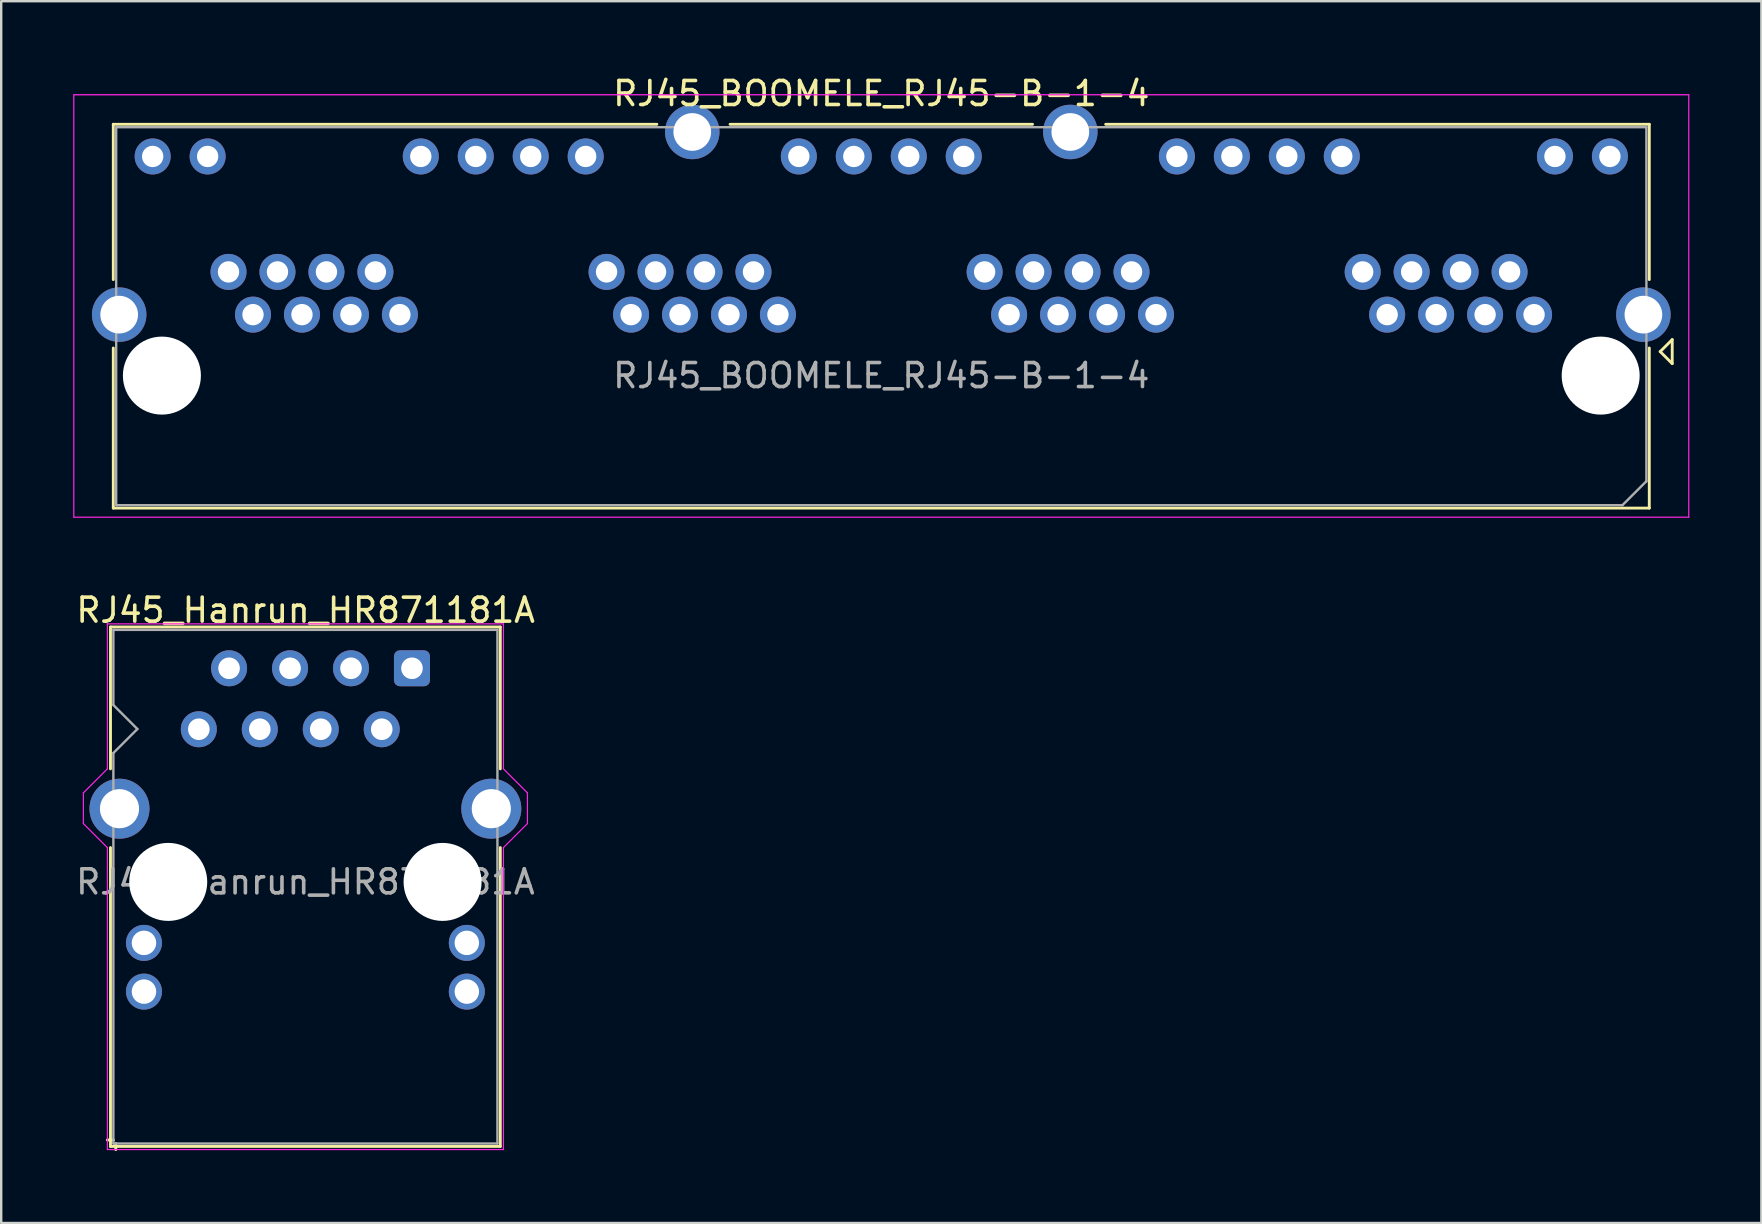
<source format=kicad_pcb>
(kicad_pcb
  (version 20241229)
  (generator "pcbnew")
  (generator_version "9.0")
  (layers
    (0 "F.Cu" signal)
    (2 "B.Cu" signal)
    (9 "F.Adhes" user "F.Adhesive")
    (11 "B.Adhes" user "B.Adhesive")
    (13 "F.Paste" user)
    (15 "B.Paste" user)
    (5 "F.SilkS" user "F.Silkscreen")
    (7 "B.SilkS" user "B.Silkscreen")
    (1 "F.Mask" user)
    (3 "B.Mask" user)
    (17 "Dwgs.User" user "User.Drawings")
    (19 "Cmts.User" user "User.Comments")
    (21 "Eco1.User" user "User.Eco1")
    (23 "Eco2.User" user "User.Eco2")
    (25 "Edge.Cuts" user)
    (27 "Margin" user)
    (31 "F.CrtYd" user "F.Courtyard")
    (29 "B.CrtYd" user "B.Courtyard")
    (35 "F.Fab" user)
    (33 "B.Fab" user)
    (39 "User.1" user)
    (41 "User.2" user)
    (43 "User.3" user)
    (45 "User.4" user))
  (footprint "RJ45_BOOMELE_RJ45-B-1-4"
    (layer "F.Cu")
    (at 33.665 12.598)
    (property "Reference" "RJ45_BOOMELE_RJ45-B-1-4" (at 0 -11.75 0) (layer "F.SilkS") (effects (font (size 1 1) (thickness 0.15))))
    (attr through_hole)
    (fp_line (start -31.995 -10.47) (end -31.995 -4) (stroke (width 0.12) (type solid)) (layer "F.SilkS"))
    (fp_line (start -31.995 -10.47) (end -9.35 -10.47) (stroke (width 0.12) (type solid)) (layer "F.SilkS"))
    (fp_line (start -31.995 -1.15) (end -31.995 5.52) (stroke (width 0.12) (type solid)) (layer "F.SilkS"))
    (fp_line (start -6.3 -10.47) (end 6.3 -10.47) (stroke (width 0.12) (type solid)) (layer "F.SilkS"))
    (fp_line (start 9.35 -10.47) (end 31.995 -10.47) (stroke (width 0.12) (type solid)) (layer "F.SilkS"))
    (fp_line (start 31.995 -10.47) (end 31.995 -4) (stroke (width 0.12) (type solid)) (layer "F.SilkS"))
    (fp_line (start 31.995 -1.15) (end 31.995 5.52) (stroke (width 0.12) (type solid)) (layer "F.SilkS"))
    (fp_line (start 31.995 5.52) (end -31.995 5.52) (stroke (width 0.12) (type solid)) (layer "F.SilkS"))
    (fp_line (start 32.45 -1) (end 32.95 -1.5) (stroke (width 0.12) (type solid)) (layer "F.SilkS"))
    (fp_line (start 32.95 -1.5) (end 32.95 -0.5) (stroke (width 0.12) (type solid)) (layer "F.SilkS"))
    (fp_line (start 32.95 -0.5) (end 32.45 -1) (stroke (width 0.12) (type solid)) (layer "F.SilkS"))
    (fp_line (start -33.64 -11.7) (end -33.64 5.9) (stroke (width 0.05) (type solid)) (layer "F.CrtYd"))
    (fp_line (start -33.64 -11.7) (end 33.64 -11.7) (stroke (width 0.05) (type solid)) (layer "F.CrtYd"))
    (fp_line (start 33.64 -11.7) (end 33.64 5.9) (stroke (width 0.05) (type solid)) (layer "F.CrtYd"))
    (fp_line (start 33.64 5.9) (end -33.64 5.9) (stroke (width 0.05) (type solid)) (layer "F.CrtYd"))
    (fp_line (start -31.875 -10.35) (end -31.875 5.4) (stroke (width 0.1) (type solid)) (layer "F.Fab"))
    (fp_line (start -31.875 -10.35) (end 31.875 -10.35) (stroke (width 0.1) (type solid)) (layer "F.Fab"))
    (fp_line (start -31.875 5.4) (end 30.875 5.4) (stroke (width 0.1) (type solid)) (layer "F.Fab"))
    (fp_line (start 30.875 5.4) (end 31.875 4.4) (stroke (width 0.1) (type solid)) (layer "F.Fab"))
    (fp_line (start 31.875 -10.35) (end 31.875 4.4) (stroke (width 0.1) (type solid)) (layer "F.Fab"))
    (fp_text user "${REFERENCE}" (at 0 0 180) (layer "F.Fab") (effects (font (size 1 1) (thickness 0.15))))
    (pad "" np_thru_hole circle (at -29.97 0) (size 3.25 3.25) (drill 3.25) (layers "*.Cu" "*.Mask"))
    (pad "" np_thru_hole circle (at 29.97 0) (size 3.25 3.25) (drill 3.25) (layers "*.Cu" "*.Mask"))
    (pad "1" thru_hole circle (at 27.195 -2.54) (size 1.5 1.5) (drill 0.89) (layers "*.Cu" "*.Mask"))
    (pad "2" thru_hole circle (at 26.175 -4.32) (size 1.5 1.5) (drill 0.89) (layers "*.Cu" "*.Mask"))
    (pad "3" thru_hole circle (at 25.155 -2.54) (size 1.5 1.5) (drill 0.89) (layers "*.Cu" "*.Mask"))
    (pad "4" thru_hole circle (at 24.135 -4.32) (size 1.5 1.5) (drill 0.89) (layers "*.Cu" "*.Mask"))
    (pad "5" thru_hole circle (at 23.115 -2.54) (size 1.5 1.5) (drill 0.89) (layers "*.Cu" "*.Mask"))
    (pad "6" thru_hole circle (at 22.095 -4.32) (size 1.5 1.5) (drill 0.89) (layers "*.Cu" "*.Mask"))
    (pad "7" thru_hole circle (at 21.075 -2.54) (size 1.5 1.5) (drill 0.89) (layers "*.Cu" "*.Mask"))
    (pad "8" thru_hole circle (at 20.055 -4.32) (size 1.5 1.5) (drill 0.89) (layers "*.Cu" "*.Mask"))
    (pad "9" thru_hole circle (at 30.355 -9.13) (size 1.5 1.5) (drill 0.89) (layers "*.Cu" "*.Mask"))
    (pad "10" thru_hole circle (at 28.065 -9.13) (size 1.5 1.5) (drill 0.89) (layers "*.Cu" "*.Mask"))
    (pad "11" thru_hole circle (at 19.185 -9.13) (size 1.5 1.5) (drill 0.89) (layers "*.Cu" "*.Mask"))
    (pad "12" thru_hole circle (at 16.895 -9.13) (size 1.5 1.5) (drill 0.89) (layers "*.Cu" "*.Mask"))
    (pad "13" thru_hole circle (at 11.445 -2.54) (size 1.5 1.5) (drill 0.89) (layers "*.Cu" "*.Mask"))
    (pad "14" thru_hole circle (at 10.425 -4.32) (size 1.5 1.5) (drill 0.89) (layers "*.Cu" "*.Mask"))
    (pad "15" thru_hole circle (at 9.405 -2.54) (size 1.5 1.5) (drill 0.89) (layers "*.Cu" "*.Mask"))
    (pad "16" thru_hole circle (at 8.385 -4.32) (size 1.5 1.5) (drill 0.89) (layers "*.Cu" "*.Mask"))
    (pad "17" thru_hole circle (at 7.365 -2.54) (size 1.5 1.5) (drill 0.89) (layers "*.Cu" "*.Mask"))
    (pad "18" thru_hole circle (at 6.345 -4.32) (size 1.5 1.5) (drill 0.89) (layers "*.Cu" "*.Mask"))
    (pad "19" thru_hole circle (at 5.325 -2.54) (size 1.5 1.5) (drill 0.89) (layers "*.Cu" "*.Mask"))
    (pad "20" thru_hole circle (at 4.305 -4.32) (size 1.5 1.5) (drill 0.89) (layers "*.Cu" "*.Mask"))
    (pad "21" thru_hole circle (at 14.605 -9.13) (size 1.5 1.5) (drill 0.89) (layers "*.Cu" "*.Mask"))
    (pad "22" thru_hole circle (at 12.315 -9.13) (size 1.5 1.5) (drill 0.89) (layers "*.Cu" "*.Mask"))
    (pad "23" thru_hole circle (at 3.435 -9.13) (size 1.5 1.5) (drill 0.89) (layers "*.Cu" "*.Mask"))
    (pad "24" thru_hole circle (at 1.145 -9.13) (size 1.5 1.5) (drill 0.89) (layers "*.Cu" "*.Mask"))
    (pad "25" thru_hole circle (at -4.305 -2.54) (size 1.5 1.5) (drill 0.89) (layers "*.Cu" "*.Mask"))
    (pad "26" thru_hole circle (at -5.325 -4.32) (size 1.5 1.5) (drill 0.89) (layers "*.Cu" "*.Mask"))
    (pad "27" thru_hole circle (at -6.345 -2.54) (size 1.5 1.5) (drill 0.89) (layers "*.Cu" "*.Mask"))
    (pad "28" thru_hole circle (at -7.365 -4.32) (size 1.5 1.5) (drill 0.89) (layers "*.Cu" "*.Mask"))
    (pad "29" thru_hole circle (at -8.385 -2.54) (size 1.5 1.5) (drill 0.89) (layers "*.Cu" "*.Mask"))
    (pad "30" thru_hole circle (at -9.405 -4.32) (size 1.5 1.5) (drill 0.89) (layers "*.Cu" "*.Mask"))
    (pad "31" thru_hole circle (at -10.425 -2.54) (size 1.5 1.5) (drill 0.89) (layers "*.Cu" "*.Mask"))
    (pad "32" thru_hole circle (at -11.445 -4.32 90) (size 1.5 1.5) (drill 0.89) (layers "*.Cu" "*.Mask"))
    (pad "33" thru_hole circle (at -1.145 -9.13) (size 1.5 1.5) (drill 0.89) (layers "*.Cu" "*.Mask"))
    (pad "34" thru_hole circle (at -3.435 -9.13) (size 1.5 1.5) (drill 0.89) (layers "*.Cu" "*.Mask"))
    (pad "35" thru_hole circle (at -12.315 -9.13) (size 1.5 1.5) (drill 0.89) (layers "*.Cu" "*.Mask"))
    (pad "36" thru_hole circle (at -14.605 -9.13) (size 1.5 1.5) (drill 0.89) (layers "*.Cu" "*.Mask"))
    (pad "37" thru_hole circle (at -20.055 -2.54) (size 1.5 1.5) (drill 0.89) (layers "*.Cu" "*.Mask"))
    (pad "38" thru_hole circle (at -21.075 -4.32) (size 1.5 1.5) (drill 0.89) (layers "*.Cu" "*.Mask"))
    (pad "39" thru_hole circle (at -22.095 -2.54) (size 1.5 1.5) (drill 0.89) (layers "*.Cu" "*.Mask"))
    (pad "40" thru_hole circle (at -23.115 -4.32) (size 1.5 1.5) (drill 0.89) (layers "*.Cu" "*.Mask"))
    (pad "41" thru_hole circle (at -24.135 -2.54) (size 1.5 1.5) (drill 0.89) (layers "*.Cu" "*.Mask"))
    (pad "42" thru_hole circle (at -25.155 -4.32) (size 1.5 1.5) (drill 0.89) (layers "*.Cu" "*.Mask"))
    (pad "43" thru_hole circle (at -26.175 -2.54) (size 1.5 1.5) (drill 0.89) (layers "*.Cu" "*.Mask"))
    (pad "44" thru_hole circle (at -27.195 -4.32) (size 1.5 1.5) (drill 0.89) (layers "*.Cu" "*.Mask"))
    (pad "45" thru_hole circle (at -16.895 -9.13) (size 1.5 1.5) (drill 0.89) (layers "*.Cu" "*.Mask"))
    (pad "46" thru_hole circle (at -19.185 -9.13) (size 1.5 1.5) (drill 0.89) (layers "*.Cu" "*.Mask"))
    (pad "47" thru_hole circle (at -28.065 -9.13) (size 1.5 1.5) (drill 0.89) (layers "*.Cu" "*.Mask"))
    (pad "48" thru_hole circle (at -30.355 -9.13) (size 1.5 1.5) (drill 0.89) (layers "*.Cu" "*.Mask"))
    (pad "SH" thru_hole circle (at -31.75 -2.54) (size 2.27 2.27) (drill 1.57) (layers "*.Cu" "*.Mask"))
    (pad "SH" thru_hole circle (at -7.875 -10.15) (size 2.27 2.27) (drill 1.57) (layers "*.Cu" "*.Mask"))
    (pad "SH" thru_hole circle (at 7.875 -10.15) (size 2.27 2.27) (drill 1.57) (layers "*.Cu" "*.Mask"))
    (pad "SH" thru_hole circle (at 31.75 -2.54) (size 2.27 2.27) (drill 1.57) (layers "*.Cu" "*.Mask")))
  (footprint "RJ45_Hanrun_HR871181A"
    (layer "F.Cu")
    (at 5.233 27.331)
    (property "Reference" "RJ45_Hanrun_HR871181A" (at 4.45 -4.96 0) (layer "F.SilkS") (effects (font (size 1 1) (thickness 0.15))))
    (attr through_hole)
    (fp_line (start -3.68 -4.26) (end -3.68 1.65) (stroke (width 0.12) (type solid)) (layer "F.SilkS"))
    (fp_line (start -3.68 -4.26) (end 12.56 -4.26) (stroke (width 0.12) (type solid)) (layer "F.SilkS"))
    (fp_line (start -3.68 4.93) (end -3.68 17.38) (stroke (width 0.12) (type solid)) (layer "F.SilkS"))
    (fp_line (start -3.56 17.11) (end -3.81 17.11) (stroke (width 0.12) (type solid)) (layer "F.SilkS"))
    (fp_line (start -3.46 17.26) (end -3.46 17.51) (stroke (width 0.12) (type solid)) (layer "F.SilkS"))
    (fp_line (start 12.56 -4.26) (end 12.56 1.65) (stroke (width 0.12) (type solid)) (layer "F.SilkS"))
    (fp_line (start 12.56 4.93) (end 12.56 17.38) (stroke (width 0.12) (type solid)) (layer "F.SilkS"))
    (fp_line (start 12.56 17.38) (end -3.68 17.38) (stroke (width 0.12) (type solid)) (layer "F.SilkS"))
    (fp_line (start -4.81 3.93) (end -4.81 2.65) (stroke (width 0.05) (type solid)) (layer "F.CrtYd"))
    (fp_line (start -4.81 3.93) (end -3.81 4.93) (stroke (width 0.05) (type solid)) (layer "F.CrtYd"))
    (fp_line (start -3.81 -4.39) (end 12.69 -4.39) (stroke (width 0.05) (type solid)) (layer "F.CrtYd"))
    (fp_line (start -3.81 1.65) (end -4.81 2.65) (stroke (width 0.05) (type solid)) (layer "F.CrtYd"))
    (fp_line (start -3.81 1.65) (end -3.81 -4.4) (stroke (width 0.05) (type solid)) (layer "F.CrtYd"))
    (fp_line (start -3.81 4.93) (end -3.81 17.51) (stroke (width 0.05) (type solid)) (layer "F.CrtYd"))
    (fp_line (start -3.81 17.51) (end 12.69 17.51) (stroke (width 0.05) (type solid)) (layer "F.CrtYd"))
    (fp_line (start 12.69 1.65) (end 12.69 -4.39) (stroke (width 0.05) (type solid)) (layer "F.CrtYd"))
    (fp_line (start 12.69 1.65) (end 13.69 2.65) (stroke (width 0.05) (type solid)) (layer "F.CrtYd"))
    (fp_line (start 12.69 4.93) (end 12.69 17.51) (stroke (width 0.05) (type solid)) (layer "F.CrtYd"))
    (fp_line (start 13.69 3.93) (end 12.69 4.93) (stroke (width 0.05) (type solid)) (layer "F.CrtYd"))
    (fp_line (start 13.69 3.93) (end 13.69 2.65) (stroke (width 0.05) (type solid)) (layer "F.CrtYd"))
    (fp_line (start -3.56 -4.14) (end -3.56 -1.01) (stroke (width 0.1) (type solid)) (layer "F.Fab"))
    (fp_line (start -3.56 -4.14) (end 12.44 -4.14) (stroke (width 0.1) (type solid)) (layer "F.Fab"))
    (fp_line (start -3.56 0.99) (end -3.56 17.26) (stroke (width 0.1) (type solid)) (layer "F.Fab"))
    (fp_line (start -3.56 17.26) (end 12.44 17.26) (stroke (width 0.1) (type solid)) (layer "F.Fab"))
    (fp_line (start -2.56 -0.01) (end -3.56 -1.01) (stroke (width 0.1) (type solid)) (layer "F.Fab"))
    (fp_line (start -2.56 -0.01) (end -3.56 0.99) (stroke (width 0.1) (type solid)) (layer "F.Fab"))
    (fp_line (start 12.44 -4.14) (end 12.44 17.26) (stroke (width 0.1) (type solid)) (layer "F.Fab"))
    (fp_text user "${REFERENCE}" (at 4.44 6.36 0) (layer "F.Fab") (effects (font (size 1 1) (thickness 0.15))))
    (pad "" np_thru_hole circle (at -1.275 6.36) (size 3.25 3.25) (drill 3.25) (layers "*.Cu" "*.Mask"))
    (pad "" np_thru_hole circle (at 10.155 6.36) (size 3.25 3.25) (drill 3.25) (layers "*.Cu" "*.Mask"))
    (pad "1" thru_hole roundrect (at 8.88 -2.54) (size 1.5 1.5) (drill 0.9) (layers "*.Cu" "*.Mask") (roundrect_rratio 0.167))
    (pad "2" thru_hole circle (at 7.62 0) (size 1.5 1.5) (drill 0.9) (layers "*.Cu" "*.Mask"))
    (pad "3" thru_hole circle (at 6.34 -2.54 90) (size 1.5 1.5) (drill 0.9) (layers "*.Cu" "*.Mask"))
    (pad "4" thru_hole circle (at 5.08 0) (size 1.5 1.5) (drill 0.9) (layers "*.Cu" "*.Mask"))
    (pad "5" thru_hole circle (at 3.8 -2.54) (size 1.5 1.5) (drill 0.9) (layers "*.Cu" "*.Mask"))
    (pad "6" thru_hole circle (at 2.54 0) (size 1.5 1.5) (drill 0.9) (layers "*.Cu" "*.Mask"))
    (pad "7" thru_hole circle (at 1.26 -2.54) (size 1.5 1.5) (drill 0.9) (layers "*.Cu" "*.Mask"))
    (pad "8" thru_hole circle (at 0 0) (size 1.5 1.5) (drill 0.9) (layers "*.Cu" "*.Mask"))
    (pad "9" thru_hole circle (at -2.285 8.9) (size 1.5 1.5) (drill 1.02) (layers "*.Cu" "*.Mask"))
    (pad "10" thru_hole circle (at -2.285 10.93) (size 1.5 1.5) (drill 1.02) (layers "*.Cu" "*.Mask"))
    (pad "11" thru_hole circle (at 11.165 8.9) (size 1.5 1.5) (drill 1.02) (layers "*.Cu" "*.Mask"))
    (pad "12" thru_hole circle (at 11.165 10.93) (size 1.5 1.5) (drill 1.02) (layers "*.Cu" "*.Mask"))
    (pad "SH" thru_hole circle (at -3.305 3.31) (size 2.5 2.5) (drill 1.63) (layers "*.Cu" "*.Mask"))
    (pad "SH" thru_hole circle (at 12.185 3.31) (size 2.5 2.5) (drill 1.63) (layers "*.Cu" "*.Mask")))
  (gr_rect
    (start -3 -3)
    (end 70.33 47.901)
    (stroke (width 0.1) (type default))
    (fill no)
    (layer "Edge.Cuts")))
</source>
